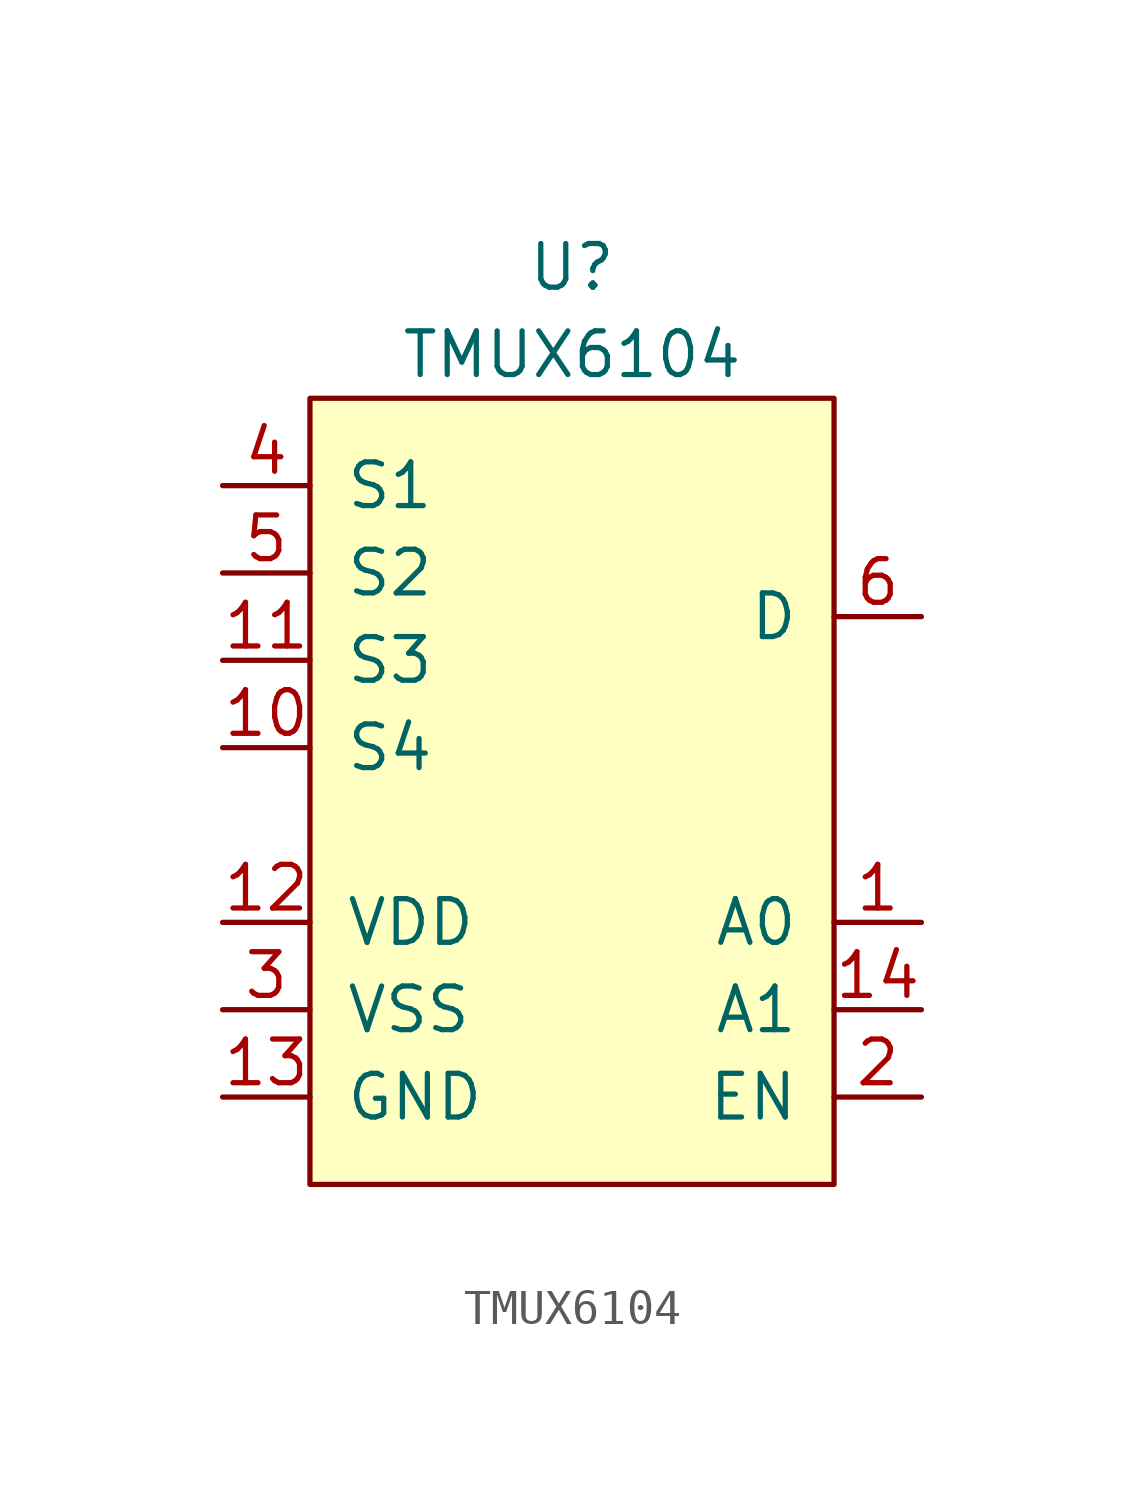
<source format=kicad_sym>
(kicad_symbol_lib
  (version 20211014)
  (generator kicad_symbol_editor)
  (symbol "TMUX6104"
    (pin_names
      (offset 1.016))
    (property "Reference" "U"
      (at 0 15.24 0)
      (effects (font (size 1.27 1.27))))
    (property "Value" "TMUX6104"
      (at 0 12.7 0)
      (effects (font (size 1.27 1.27))))
    (symbol "TMUX6104_0_1"
      (rectangle (start -7.62 11.43) (end 7.62 -11.43) (stroke (width 0) (type default) (color 0 0 0 0)) (fill (type background))))
    (symbol "TMUX6104_1_1"
      (pin input line (at 10.16 -3.81 180) (length 2.54) (name "A0" (effects (font (size 1.27 1.27)))) (number "1" (effects (font (size 1.27 1.27)))))
      (pin bidirectional line (at -10.16 1.27 0) (length 2.54) (name "S4" (effects (font (size 1.27 1.27)))) (number "10" (effects (font (size 1.27 1.27)))))
      (pin bidirectional line (at -10.16 3.81 0) (length 2.54) (name "S3" (effects (font (size 1.27 1.27)))) (number "11" (effects (font (size 1.27 1.27)))))
      (pin passive line (at -10.16 -3.81 0) (length 2.54) (name "VDD" (effects (font (size 1.27 1.27)))) (number "12" (effects (font (size 1.27 1.27)))))
      (pin passive line (at -10.16 -8.89 0) (length 2.54) (name "GND" (effects (font (size 1.27 1.27)))) (number "13" (effects (font (size 1.27 1.27)))))
      (pin input line (at 10.16 -6.35 180) (length 2.54) (name "A1" (effects (font (size 1.27 1.27)))) (number "14" (effects (font (size 1.27 1.27)))))
      (pin input line (at 10.16 -8.89 180) (length 2.54) (name "EN" (effects (font (size 1.27 1.27)))) (number "2" (effects (font (size 1.27 1.27)))))
      (pin passive line (at -10.16 -6.35 0) (length 2.54) (name "VSS" (effects (font (size 1.27 1.27)))) (number "3" (effects (font (size 1.27 1.27)))))
      (pin bidirectional line (at -10.16 8.89 0) (length 2.54) (name "S1" (effects (font (size 1.27 1.27)))) (number "4" (effects (font (size 1.27 1.27)))))
      (pin bidirectional line (at -10.16 6.35 0) (length 2.54) (name "S2" (effects (font (size 1.27 1.27)))) (number "5" (effects (font (size 1.27 1.27)))))
      (pin bidirectional line (at 10.16 5.08 180) (length 2.54) (name "D" (effects (font (size 1.27 1.27)))) (number "6" (effects (font (size 1.27 1.27)))))
      (pin no_connect non_logic (at -2.54 11.43 90) (length 0) hide (name "NC" (effects (font (size 1.27 1.27)))) (number "7" (effects (font (size 1.27 1.27)))))
      (pin no_connect non_logic (at 0 11.43 90) (length 0) hide (name "NC" (effects (font (size 1.27 1.27)))) (number "8" (effects (font (size 1.27 1.27)))))
      (pin no_connect non_logic (at 2.54 11.43 90) (length 0) hide (name "NC" (effects (font (size 1.27 1.27)))) (number "9" (effects (font (size 1.27 1.27))))))))
</source>
